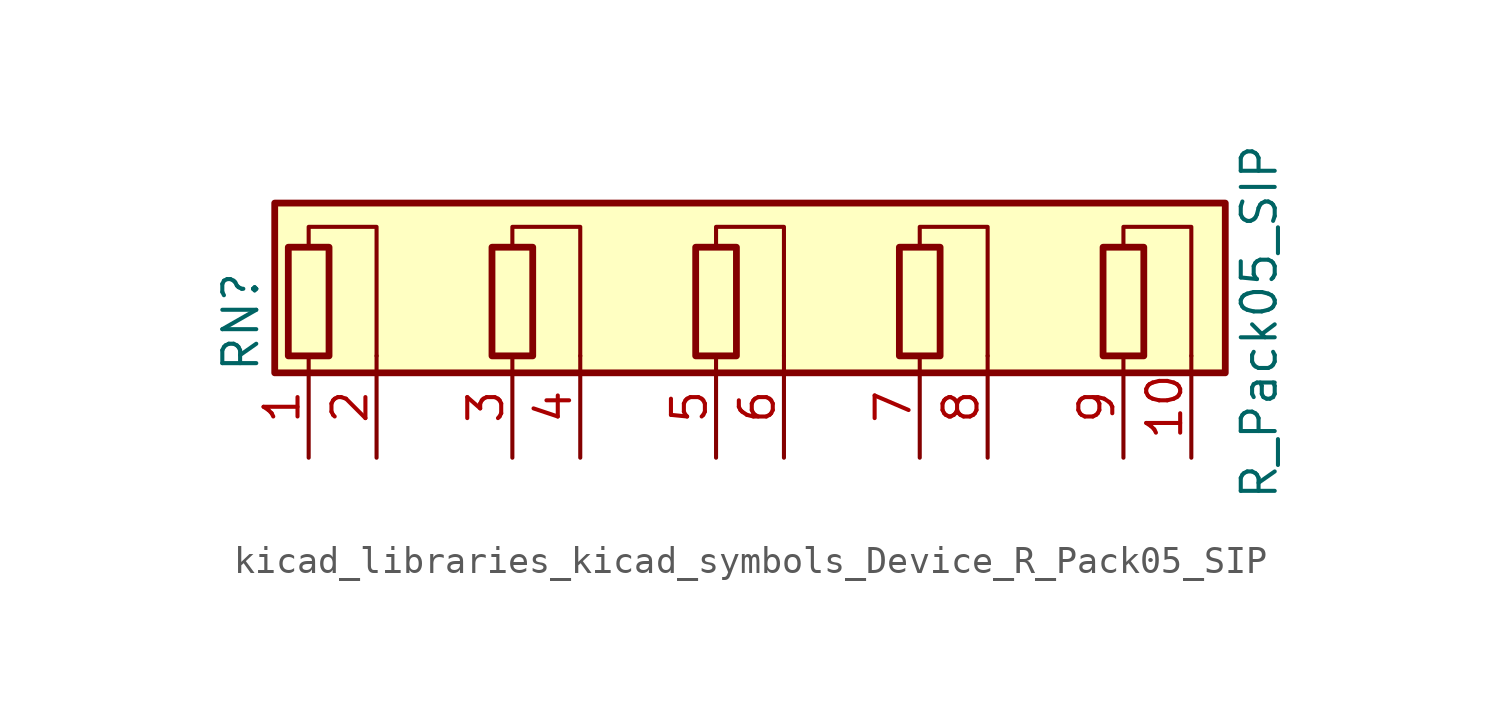
<source format=kicad_sym>
(kicad_symbol_lib
  (version 20220914)
  (generator kicad_symbol_editor)
  (symbol "kicad_libraries_kicad_symbols_Device_R_Pack05_SIP"
    (pin_names
      (offset 0) hide)
    (property "Reference" "RN"
      (at -17.78 0 90)
      (effects (font (size 1.27 1.27))))
    (property "Value" "R_Pack05_SIP"
      (at 20.32 0 90)
      (effects (font (size 1.27 1.27))))
    (symbol "kicad_libraries_kicad_symbols_Device_R_Pack05_SIP_0_1"
      (rectangle (start -16.51 -1.905) (end 19.05 4.445) (stroke (width 0.254) (type default)) (fill (type background)))
      (rectangle (start -16.002 2.794) (end -14.478 -1.27) (stroke (width 0.254) (type default)) (fill (type none)))
      (rectangle (start -8.382 2.794) (end -6.858 -1.27) (stroke (width 0.254) (type default)) (fill (type none)))
      (rectangle (start -0.762 2.794) (end 0.762 -1.27) (stroke (width 0.254) (type default)) (fill (type none)))
      (polyline (pts (xy -15.24 2.794) (xy -15.24 3.556) (xy -12.7 3.556) (xy -12.7 -1.27)) (stroke (width 0) (type default)) (fill (type none)))
      (polyline (pts (xy -7.62 2.794) (xy -7.62 3.556) (xy -5.08 3.556) (xy -5.08 -1.27)) (stroke (width 0) (type default)) (fill (type none)))
      (polyline (pts (xy 0 2.794) (xy 0 3.556) (xy 2.54 3.556) (xy 2.54 -1.27)) (stroke (width 0) (type default)) (fill (type none)))
      (polyline (pts (xy 7.62 2.794) (xy 7.62 3.556) (xy 10.16 3.556) (xy 10.16 -1.27)) (stroke (width 0) (type default)) (fill (type none)))
      (polyline (pts (xy 15.24 2.794) (xy 15.24 3.556) (xy 17.78 3.556) (xy 17.78 -1.27)) (stroke (width 0) (type default)) (fill (type none)))
      (rectangle (start 6.858 2.794) (end 8.382 -1.27) (stroke (width 0.254) (type default)) (fill (type none)))
      (rectangle (start 14.478 2.794) (end 16.002 -1.27) (stroke (width 0.254) (type default)) (fill (type none))))
    (symbol "kicad_libraries_kicad_symbols_Device_R_Pack05_SIP_1_1"
      (pin passive line (at -15.24 -5.08 90) (length 3.81) (name "R1.1" (effects (font (size 1.27 1.27)))) (number "1" (effects (font (size 1.27 1.27)))))
      (pin passive line (at 17.78 -5.08 90) (length 3.81) (name "R5.2" (effects (font (size 1.27 1.27)))) (number "10" (effects (font (size 1.27 1.27)))))
      (pin passive line (at -12.7 -5.08 90) (length 3.81) (name "R1.2" (effects (font (size 1.27 1.27)))) (number "2" (effects (font (size 1.27 1.27)))))
      (pin passive line (at -7.62 -5.08 90) (length 3.81) (name "R2.1" (effects (font (size 1.27 1.27)))) (number "3" (effects (font (size 1.27 1.27)))))
      (pin passive line (at -5.08 -5.08 90) (length 3.81) (name "R2.2" (effects (font (size 1.27 1.27)))) (number "4" (effects (font (size 1.27 1.27)))))
      (pin passive line (at 0 -5.08 90) (length 3.81) (name "R3.1" (effects (font (size 1.27 1.27)))) (number "5" (effects (font (size 1.27 1.27)))))
      (pin passive line (at 2.54 -5.08 90) (length 3.81) (name "R3.2" (effects (font (size 1.27 1.27)))) (number "6" (effects (font (size 1.27 1.27)))))
      (pin passive line (at 7.62 -5.08 90) (length 3.81) (name "R4.1" (effects (font (size 1.27 1.27)))) (number "7" (effects (font (size 1.27 1.27)))))
      (pin passive line (at 10.16 -5.08 90) (length 3.81) (name "R4.2" (effects (font (size 1.27 1.27)))) (number "8" (effects (font (size 1.27 1.27)))))
      (pin passive line (at 15.24 -5.08 90) (length 3.81) (name "R5.1" (effects (font (size 1.27 1.27)))) (number "9" (effects (font (size 1.27 1.27))))))))
</source>
